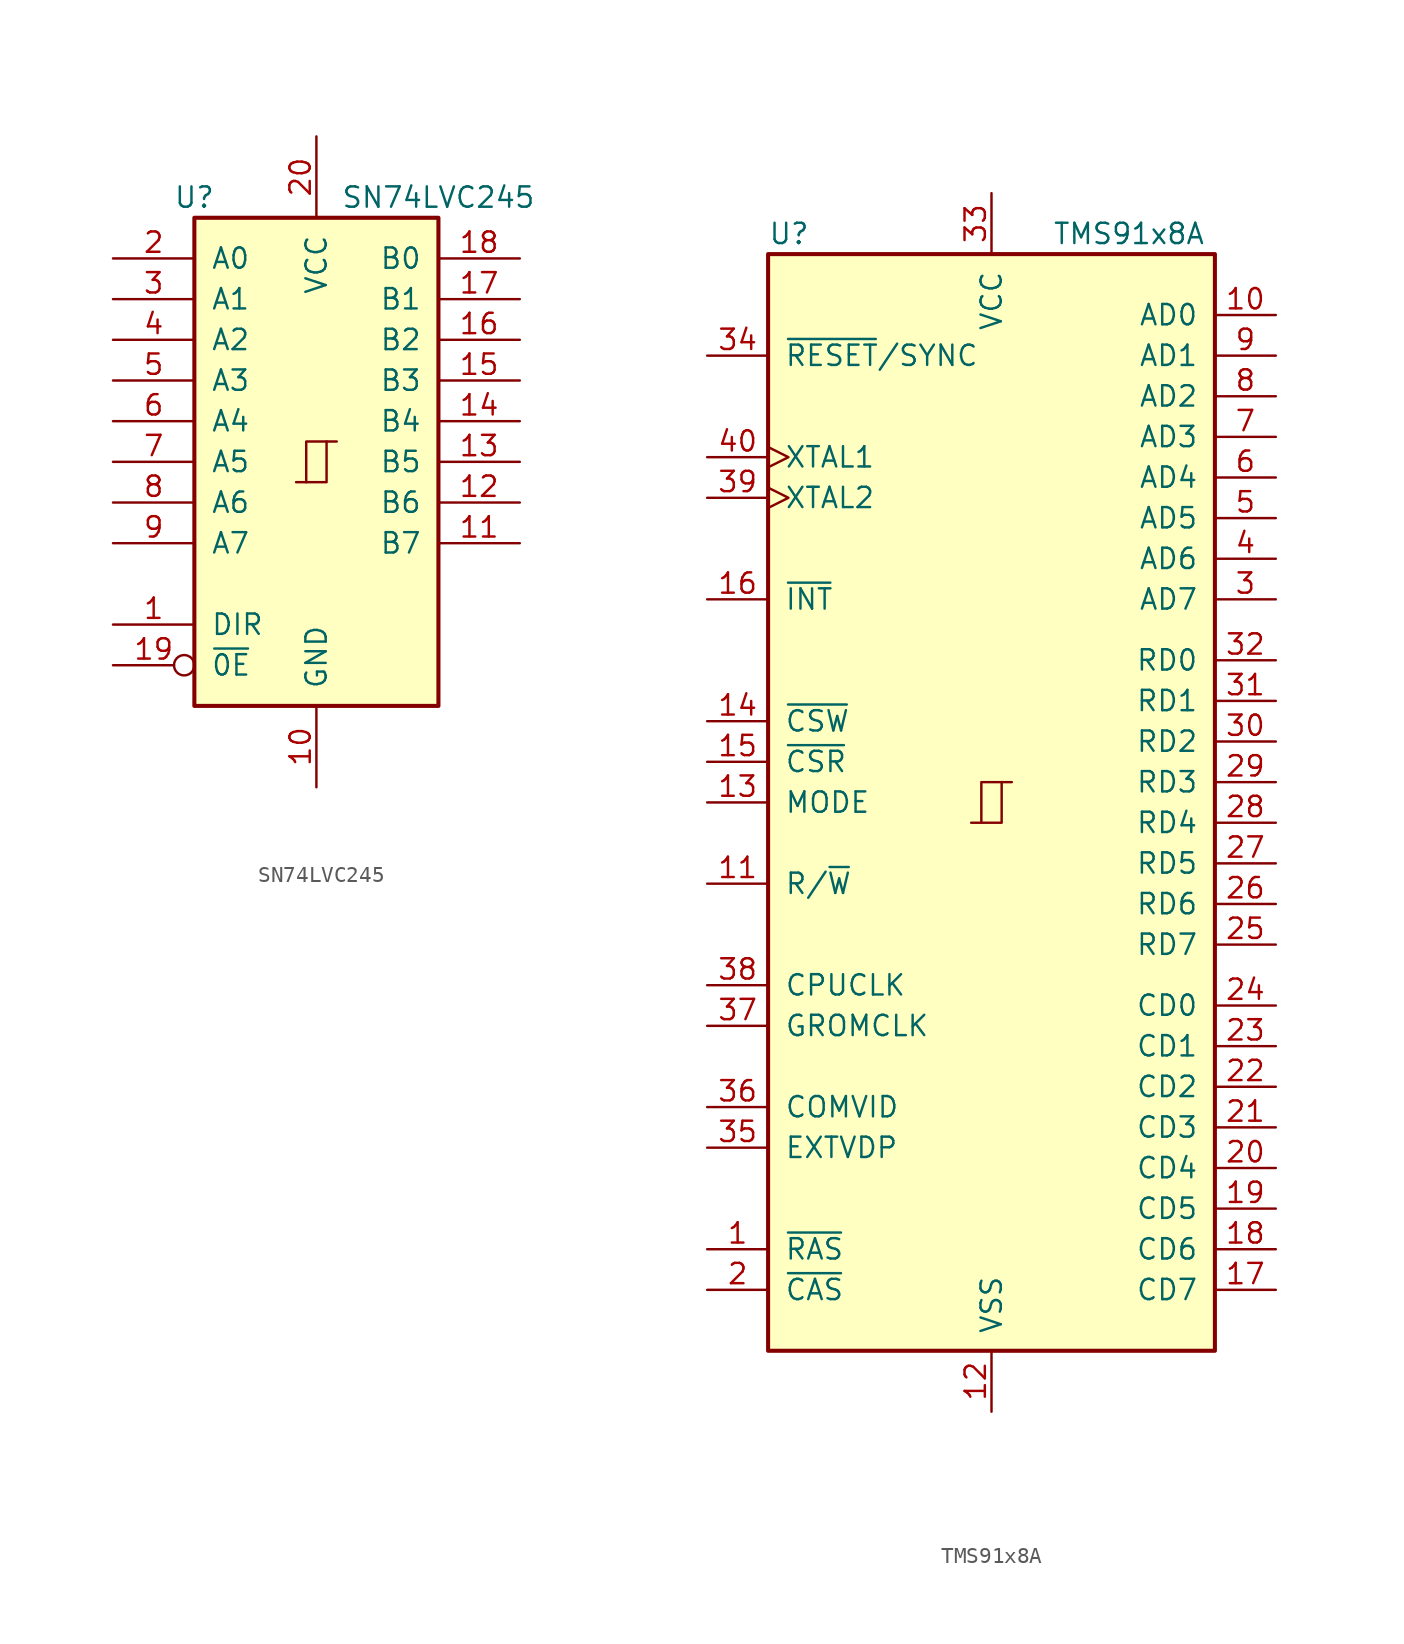
<source format=kicad_sym>
(kicad_symbol_lib
  (version 20220914)
  (generator kicad_symbol_editor)
  (symbol "SN74LVC245"
    (pin_names
      (offset 1.016))
    (property "Reference" "U"
      (at -7.62 16.51 0)
      (effects (font (size 1.27 1.27))))
    (property "Value" "SN74LVC245"
      (at 7.62 16.51 0)
      (effects (font (size 1.27 1.27))))
    (symbol "SN74LVC245_1_0"
      (polyline (pts (xy -0.635 -1.27) (xy -0.635 1.27) (xy 0.635 1.27)) (stroke (width 0) (type default)) (fill (type none)))
      (polyline (pts (xy -1.27 -1.27) (xy 0.635 -1.27) (xy 0.635 1.27) (xy 1.27 1.27)) (stroke (width 0) (type default)) (fill (type none)))
      (pin input line (at -12.7 -10.16 0) (length 5.08) (name "DIR" (effects (font (size 1.27 1.27)))) (number "1" (effects (font (size 1.27 1.27)))))
      (pin power_in line (at 0 -20.32 90) (length 5.08) (name "GND" (effects (font (size 1.27 1.27)))) (number "10" (effects (font (size 1.27 1.27)))))
      (pin tri_state line (at 12.7 -5.08 180) (length 5.08) (name "B7" (effects (font (size 1.27 1.27)))) (number "11" (effects (font (size 1.27 1.27)))))
      (pin tri_state line (at 12.7 -2.54 180) (length 5.08) (name "B6" (effects (font (size 1.27 1.27)))) (number "12" (effects (font (size 1.27 1.27)))))
      (pin tri_state line (at 12.7 0 180) (length 5.08) (name "B5" (effects (font (size 1.27 1.27)))) (number "13" (effects (font (size 1.27 1.27)))))
      (pin tri_state line (at 12.7 2.54 180) (length 5.08) (name "B4" (effects (font (size 1.27 1.27)))) (number "14" (effects (font (size 1.27 1.27)))))
      (pin tri_state line (at 12.7 5.08 180) (length 5.08) (name "B3" (effects (font (size 1.27 1.27)))) (number "15" (effects (font (size 1.27 1.27)))))
      (pin tri_state line (at 12.7 7.62 180) (length 5.08) (name "B2" (effects (font (size 1.27 1.27)))) (number "16" (effects (font (size 1.27 1.27)))))
      (pin tri_state line (at 12.7 10.16 180) (length 5.08) (name "B1" (effects (font (size 1.27 1.27)))) (number "17" (effects (font (size 1.27 1.27)))))
      (pin tri_state line (at 12.7 12.7 180) (length 5.08) (name "B0" (effects (font (size 1.27 1.27)))) (number "18" (effects (font (size 1.27 1.27)))))
      (pin input inverted (at -12.7 -12.7 0) (length 5.08) (name "~{0E}" (effects (font (size 1.27 1.27)))) (number "19" (effects (font (size 1.27 1.27)))))
      (pin tri_state line (at -12.7 12.7 0) (length 5.08) (name "A0" (effects (font (size 1.27 1.27)))) (number "2" (effects (font (size 1.27 1.27)))))
      (pin power_in line (at 0 20.32 270) (length 5.08) (name "VCC" (effects (font (size 1.27 1.27)))) (number "20" (effects (font (size 1.27 1.27)))))
      (pin tri_state line (at -12.7 10.16 0) (length 5.08) (name "A1" (effects (font (size 1.27 1.27)))) (number "3" (effects (font (size 1.27 1.27)))))
      (pin tri_state line (at -12.7 7.62 0) (length 5.08) (name "A2" (effects (font (size 1.27 1.27)))) (number "4" (effects (font (size 1.27 1.27)))))
      (pin tri_state line (at -12.7 5.08 0) (length 5.08) (name "A3" (effects (font (size 1.27 1.27)))) (number "5" (effects (font (size 1.27 1.27)))))
      (pin tri_state line (at -12.7 2.54 0) (length 5.08) (name "A4" (effects (font (size 1.27 1.27)))) (number "6" (effects (font (size 1.27 1.27)))))
      (pin tri_state line (at -12.7 0 0) (length 5.08) (name "A5" (effects (font (size 1.27 1.27)))) (number "7" (effects (font (size 1.27 1.27)))))
      (pin tri_state line (at -12.7 -2.54 0) (length 5.08) (name "A6" (effects (font (size 1.27 1.27)))) (number "8" (effects (font (size 1.27 1.27)))))
      (pin tri_state line (at -12.7 -5.08 0) (length 5.08) (name "A7" (effects (font (size 1.27 1.27)))) (number "9" (effects (font (size 1.27 1.27))))))
    (symbol "SN74LVC245_1_1"
      (rectangle (start -7.62 15.24) (end 7.62 -15.24) (stroke (width 0.254) (type default)) (fill (type background)))))
  (symbol "TMS91x8A"
    (pin_names
      (offset 1.016))
    (property "Reference" "U"
      (at -13.97 35.56 0)
      (effects (font (size 1.27 1.27)) (justify left)))
    (property "Value" "TMS91x8A"
      (at 3.81 35.56 0)
      (effects (font (size 1.27 1.27)) (justify left)))
    (symbol "TMS91x8A_0_1"
      (rectangle (start -13.97 34.29) (end 13.97 -34.29) (stroke (width 0.254) (type default)) (fill (type background))))
    (symbol "TMS91x8A_1_0"
      (polyline (pts (xy -0.635 -1.27) (xy -0.635 1.27) (xy 0.635 1.27)) (stroke (width 0) (type default)) (fill (type none)))
      (polyline (pts (xy -1.27 -1.27) (xy 0.635 -1.27) (xy 0.635 1.27) (xy 1.27 1.27)) (stroke (width 0) (type default)) (fill (type none))))
    (symbol "TMS91x8A_1_1"
      (pin output line (at -17.78 -27.94 0) (length 3.81) (name "~{RAS}" (effects (font (size 1.27 1.27)))) (number "1" (effects (font (size 1.27 1.27)))))
      (pin output line (at 17.78 30.48 180) (length 3.81) (name "AD0" (effects (font (size 1.27 1.27)))) (number "10" (effects (font (size 1.27 1.27)))))
      (pin output line (at -17.78 -5.08 0) (length 3.81) (name "R/~{W}" (effects (font (size 1.27 1.27)))) (number "11" (effects (font (size 1.27 1.27)))))
      (pin power_in line (at 0 -38.1 90) (length 3.81) (name "VSS" (effects (font (size 1.27 1.27)))) (number "12" (effects (font (size 1.27 1.27)))))
      (pin input line (at -17.78 0 0) (length 3.81) (name "MODE" (effects (font (size 1.27 1.27)))) (number "13" (effects (font (size 1.27 1.27)))))
      (pin input line (at -17.78 5.08 0) (length 3.81) (name "~{CSW}" (effects (font (size 1.27 1.27)))) (number "14" (effects (font (size 1.27 1.27)))))
      (pin input line (at -17.78 2.54 0) (length 3.81) (name "~{CSR}" (effects (font (size 1.27 1.27)))) (number "15" (effects (font (size 1.27 1.27)))))
      (pin output line (at -17.78 12.7 0) (length 3.81) (name "~{INT}" (effects (font (size 1.27 1.27)))) (number "16" (effects (font (size 1.27 1.27)))))
      (pin bidirectional line (at 17.78 -30.48 180) (length 3.81) (name "CD7" (effects (font (size 1.27 1.27)))) (number "17" (effects (font (size 1.27 1.27)))))
      (pin bidirectional line (at 17.78 -27.94 180) (length 3.81) (name "CD6" (effects (font (size 1.27 1.27)))) (number "18" (effects (font (size 1.27 1.27)))))
      (pin bidirectional line (at 17.78 -25.4 180) (length 3.81) (name "CD5" (effects (font (size 1.27 1.27)))) (number "19" (effects (font (size 1.27 1.27)))))
      (pin output line (at -17.78 -30.48 0) (length 3.81) (name "~{CAS}" (effects (font (size 1.27 1.27)))) (number "2" (effects (font (size 1.27 1.27)))))
      (pin bidirectional line (at 17.78 -22.86 180) (length 3.81) (name "CD4" (effects (font (size 1.27 1.27)))) (number "20" (effects (font (size 1.27 1.27)))))
      (pin bidirectional line (at 17.78 -20.32 180) (length 3.81) (name "CD3" (effects (font (size 1.27 1.27)))) (number "21" (effects (font (size 1.27 1.27)))))
      (pin bidirectional line (at 17.78 -17.78 180) (length 3.81) (name "CD2" (effects (font (size 1.27 1.27)))) (number "22" (effects (font (size 1.27 1.27)))))
      (pin bidirectional line (at 17.78 -15.24 180) (length 3.81) (name "CD1" (effects (font (size 1.27 1.27)))) (number "23" (effects (font (size 1.27 1.27)))))
      (pin bidirectional line (at 17.78 -12.7 180) (length 3.81) (name "CD0" (effects (font (size 1.27 1.27)))) (number "24" (effects (font (size 1.27 1.27)))))
      (pin output line (at 17.78 -8.89 180) (length 3.81) (name "RD7" (effects (font (size 1.27 1.27)))) (number "25" (effects (font (size 1.27 1.27)))))
      (pin output line (at 17.78 -6.35 180) (length 3.81) (name "RD6" (effects (font (size 1.27 1.27)))) (number "26" (effects (font (size 1.27 1.27)))))
      (pin output line (at 17.78 -3.81 180) (length 3.81) (name "RD5" (effects (font (size 1.27 1.27)))) (number "27" (effects (font (size 1.27 1.27)))))
      (pin output line (at 17.78 -1.27 180) (length 3.81) (name "RD4" (effects (font (size 1.27 1.27)))) (number "28" (effects (font (size 1.27 1.27)))))
      (pin output line (at 17.78 1.27 180) (length 3.81) (name "RD3" (effects (font (size 1.27 1.27)))) (number "29" (effects (font (size 1.27 1.27)))))
      (pin output line (at 17.78 12.7 180) (length 3.81) (name "AD7" (effects (font (size 1.27 1.27)))) (number "3" (effects (font (size 1.27 1.27)))))
      (pin output line (at 17.78 3.81 180) (length 3.81) (name "RD2" (effects (font (size 1.27 1.27)))) (number "30" (effects (font (size 1.27 1.27)))))
      (pin output line (at 17.78 6.35 180) (length 3.81) (name "RD1" (effects (font (size 1.27 1.27)))) (number "31" (effects (font (size 1.27 1.27)))))
      (pin output line (at 17.78 8.89 180) (length 3.81) (name "RD0" (effects (font (size 1.27 1.27)))) (number "32" (effects (font (size 1.27 1.27)))))
      (pin power_in line (at 0 38.1 270) (length 3.81) (name "VCC" (effects (font (size 1.27 1.27)))) (number "33" (effects (font (size 1.27 1.27)))))
      (pin input line (at -17.78 27.94 0) (length 3.81) (name "~{RESET}/SYNC" (effects (font (size 1.27 1.27)))) (number "34" (effects (font (size 1.27 1.27)))))
      (pin input line (at -17.78 -21.59 0) (length 3.81) (name "EXTVDP" (effects (font (size 1.27 1.27)))) (number "35" (effects (font (size 1.27 1.27)))))
      (pin output line (at -17.78 -19.05 0) (length 3.81) (name "COMVID" (effects (font (size 1.27 1.27)))) (number "36" (effects (font (size 1.27 1.27)))))
      (pin output line (at -17.78 -13.97 0) (length 3.81) (name "GROMCLK" (effects (font (size 1.27 1.27)))) (number "37" (effects (font (size 1.27 1.27)))))
      (pin output line (at -17.78 -11.43 0) (length 3.81) (name "CPUCLK" (effects (font (size 1.27 1.27)))) (number "38" (effects (font (size 1.27 1.27)))))
      (pin input clock (at -17.78 19.05 0) (length 3.81) (name "XTAL2" (effects (font (size 1.27 1.27)))) (number "39" (effects (font (size 1.27 1.27)))))
      (pin output line (at 17.78 15.24 180) (length 3.81) (name "AD6" (effects (font (size 1.27 1.27)))) (number "4" (effects (font (size 1.27 1.27)))))
      (pin input clock (at -17.78 21.59 0) (length 3.81) (name "XTAL1" (effects (font (size 1.27 1.27)))) (number "40" (effects (font (size 1.27 1.27)))))
      (pin output line (at 17.78 17.78 180) (length 3.81) (name "AD5" (effects (font (size 1.27 1.27)))) (number "5" (effects (font (size 1.27 1.27)))))
      (pin output line (at 17.78 20.32 180) (length 3.81) (name "AD4" (effects (font (size 1.27 1.27)))) (number "6" (effects (font (size 1.27 1.27)))))
      (pin output line (at 17.78 22.86 180) (length 3.81) (name "AD3" (effects (font (size 1.27 1.27)))) (number "7" (effects (font (size 1.27 1.27)))))
      (pin output line (at 17.78 25.4 180) (length 3.81) (name "AD2" (effects (font (size 1.27 1.27)))) (number "8" (effects (font (size 1.27 1.27)))))
      (pin output line (at 17.78 27.94 180) (length 3.81) (name "AD1" (effects (font (size 1.27 1.27)))) (number "9" (effects (font (size 1.27 1.27))))))))
</source>
